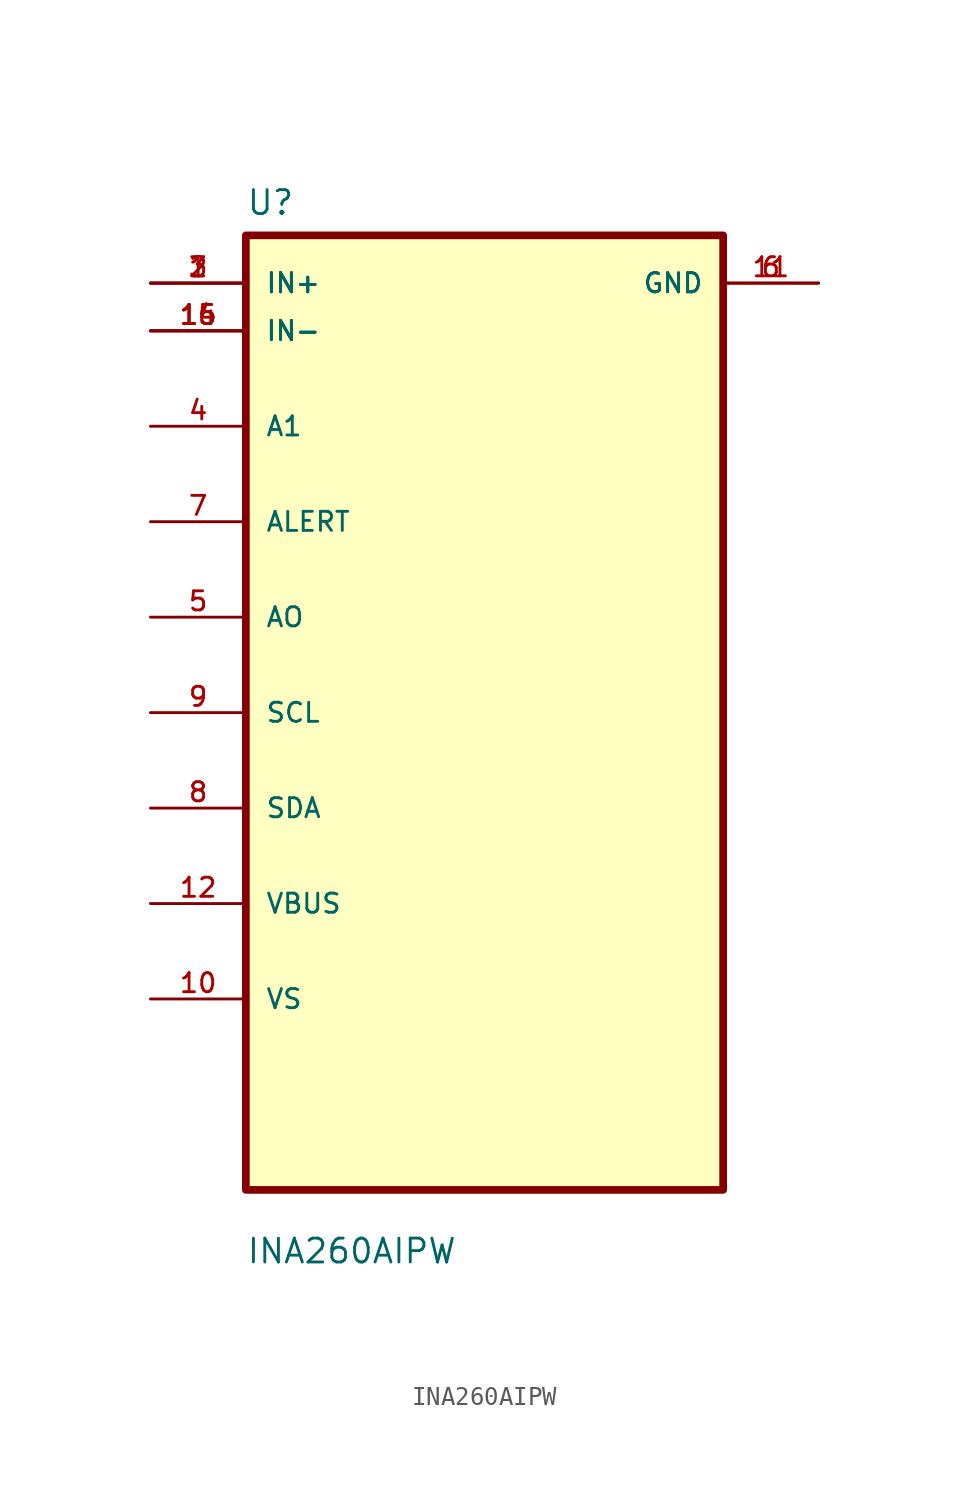
<source format=kicad_sym>
(kicad_symbol_lib
  (version 20211014)
  (generator kicad_symbol_editor)
  (symbol "INA260AIPW"
    (pin_names
      (offset 1.016))
    (property "Reference" "U"
      (at -12.7 26.4 0.0)
      (effects (font (size 1.27 1.27)) (justify bottom left)))
    (property "Value" "INA260AIPW"
      (at -12.7 -29.4 0.0)
      (effects (font (size 1.27 1.27)) (justify bottom left)))
    (symbol "INA260AIPW_0_0"
      (rectangle (start -12.7 -25.4) (end 12.7 25.4) (stroke (width 0.41)) (fill (type background)))
      (pin input line (at -17.78 22.86 0) (length 5.08) (name "IN+" (effects (font (size 1.016 1.016)))) (number "1" (effects (font (size 1.016 1.016)))))
      (pin input line (at -17.78 22.86 0) (length 5.08) (name "IN+" (effects (font (size 1.016 1.016)))) (number "2" (effects (font (size 1.016 1.016)))))
      (pin input line (at -17.78 22.86 0) (length 5.08) (name "IN+" (effects (font (size 1.016 1.016)))) (number "3" (effects (font (size 1.016 1.016)))))
      (pin input line (at -17.78 20.32 0) (length 5.08) (name "IN-" (effects (font (size 1.016 1.016)))) (number "14" (effects (font (size 1.016 1.016)))))
      (pin input line (at -17.78 20.32 0) (length 5.08) (name "IN-" (effects (font (size 1.016 1.016)))) (number "15" (effects (font (size 1.016 1.016)))))
      (pin input line (at -17.78 20.32 0) (length 5.08) (name "IN-" (effects (font (size 1.016 1.016)))) (number "16" (effects (font (size 1.016 1.016)))))
      (pin bidirectional line (at -17.78 15.24 0) (length 5.08) (name "A1" (effects (font (size 1.016 1.016)))) (number "4" (effects (font (size 1.016 1.016)))))
      (pin bidirectional line (at -17.78 10.16 0) (length 5.08) (name "ALERT" (effects (font (size 1.016 1.016)))) (number "7" (effects (font (size 1.016 1.016)))))
      (pin bidirectional line (at -17.78 5.08 0) (length 5.08) (name "AO" (effects (font (size 1.016 1.016)))) (number "5" (effects (font (size 1.016 1.016)))))
      (pin bidirectional line (at -17.78 3.55271e-15 0) (length 5.08) (name "SCL" (effects (font (size 1.016 1.016)))) (number "9" (effects (font (size 1.016 1.016)))))
      (pin bidirectional line (at -17.78 -5.08 0) (length 5.08) (name "SDA" (effects (font (size 1.016 1.016)))) (number "8" (effects (font (size 1.016 1.016)))))
      (pin bidirectional line (at -17.78 -10.16 0) (length 5.08) (name "VBUS" (effects (font (size 1.016 1.016)))) (number "12" (effects (font (size 1.016 1.016)))))
      (pin bidirectional line (at -17.78 -15.24 0) (length 5.08) (name "VS" (effects (font (size 1.016 1.016)))) (number "10" (effects (font (size 1.016 1.016)))))
      (pin power_in line (at 17.78 22.86 180.0) (length 5.08) (name "GND" (effects (font (size 1.016 1.016)))) (number "6" (effects (font (size 1.016 1.016)))))
      (pin power_in line (at 17.78 22.86 180.0) (length 5.08) (name "GND" (effects (font (size 1.016 1.016)))) (number "11" (effects (font (size 1.016 1.016))))))))
</source>
